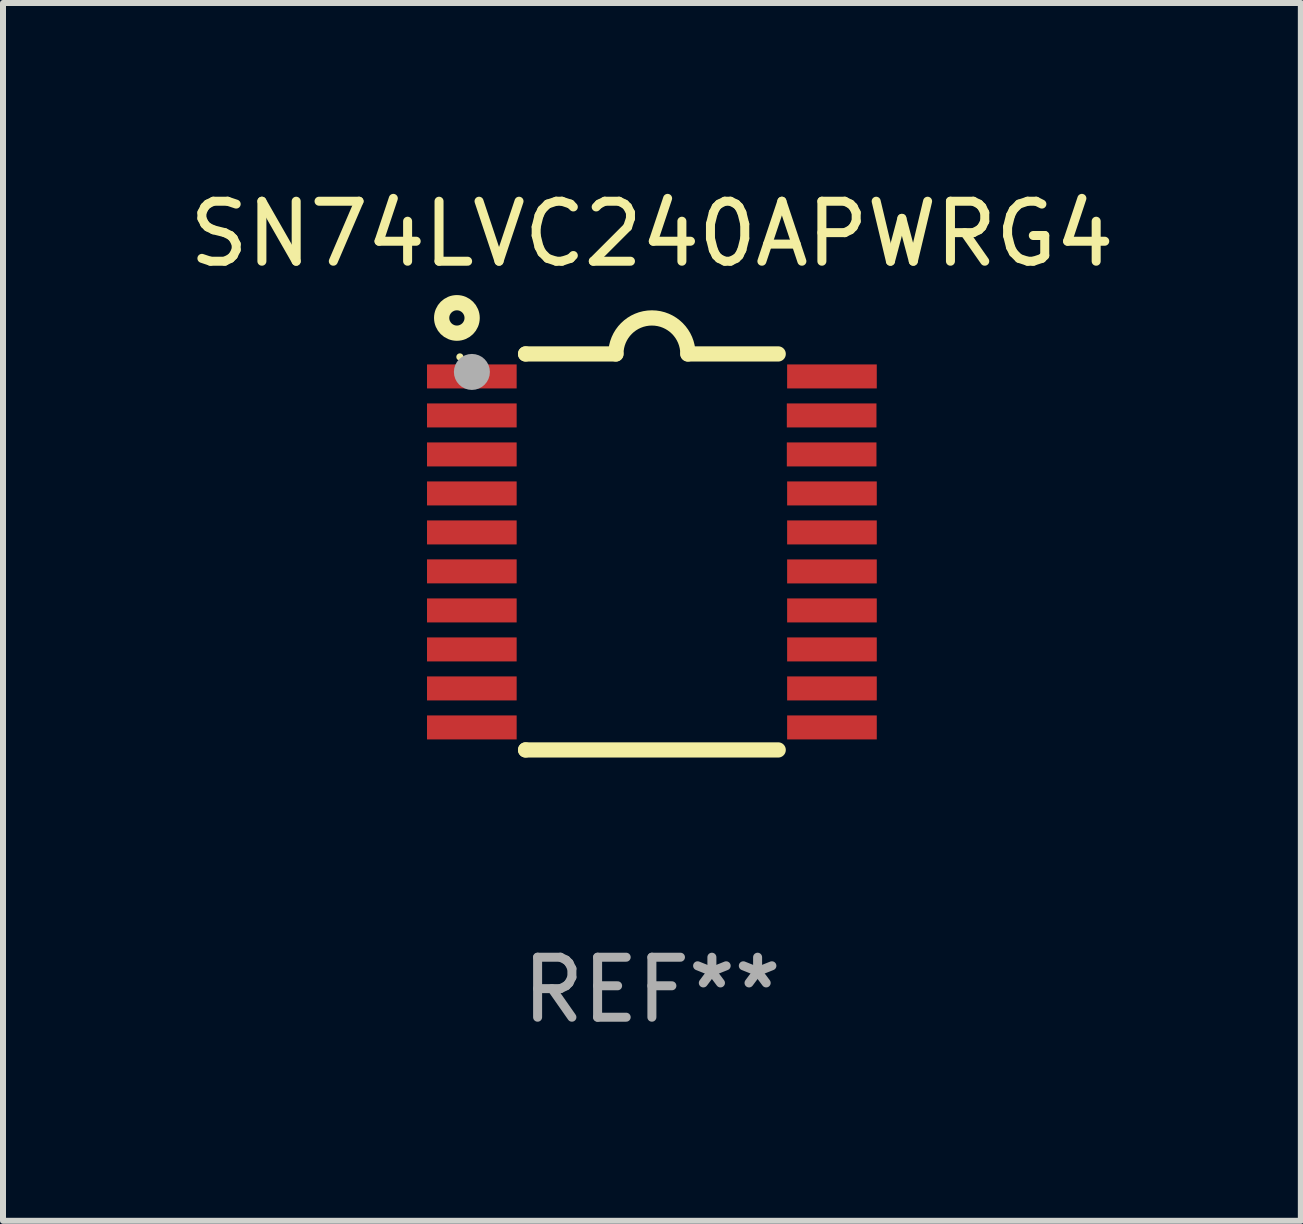
<source format=kicad_pcb>
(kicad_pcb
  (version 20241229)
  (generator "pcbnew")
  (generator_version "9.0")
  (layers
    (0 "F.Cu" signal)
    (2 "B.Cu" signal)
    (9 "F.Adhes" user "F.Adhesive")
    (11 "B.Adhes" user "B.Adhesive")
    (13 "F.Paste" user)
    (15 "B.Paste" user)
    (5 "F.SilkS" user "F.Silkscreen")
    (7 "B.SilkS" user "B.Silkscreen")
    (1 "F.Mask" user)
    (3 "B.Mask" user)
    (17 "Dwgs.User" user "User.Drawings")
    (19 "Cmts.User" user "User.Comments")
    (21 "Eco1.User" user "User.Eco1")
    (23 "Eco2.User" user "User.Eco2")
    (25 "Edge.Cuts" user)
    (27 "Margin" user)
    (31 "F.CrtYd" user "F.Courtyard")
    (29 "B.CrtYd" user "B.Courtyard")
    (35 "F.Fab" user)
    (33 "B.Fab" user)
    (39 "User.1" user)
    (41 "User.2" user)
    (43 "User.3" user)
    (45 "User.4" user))
  (footprint "SN74LVC240APWRG4"
    (layer "F.Cu")
    (at 7.815 6.149)
    (property "Reference" "SN74LVC240APWRG4" (at 0 -5.3 0) (layer "F.SilkS") (effects (font (size 1 1) (thickness 0.15))))
    (attr through_hole)
    (fp_line (start -2.105 -3.3) (end -2.105 -3.3) (stroke (width 0.254) (type solid)) (layer "F.SilkS"))
    (fp_line (start -2.105 -3.3) (end -0.6 -3.3) (stroke (width 0.254) (type solid)) (layer "F.SilkS"))
    (fp_line (start -2.105 3.3) (end -2.105 3.3) (stroke (width 0.254) (type solid)) (layer "F.SilkS"))
    (fp_line (start 0.6 -3.3) (end 2.105 -3.3) (stroke (width 0.254) (type solid)) (layer "F.SilkS"))
    (fp_line (start 2.105 3.3) (end -2.105 3.3) (stroke (width 0.254) (type solid)) (layer "F.SilkS"))
    (fp_arc (start -0.599924 -3.300026) (mid 0.000114 -3.897415) (end 0.600152 -3.300025) (stroke (width 0.254001) (type solid)) (layer "F.SilkS"))
    (fp_circle (center -3.25 -3.9) (end -2.996 -3.9) (stroke (width 0.254) (type solid)) (fill no) (layer "F.SilkS"))
    (fp_circle (center -3.2 -3.25) (end -3.17 -3.25) (stroke (width 0.06) (type solid)) (fill no) (layer "F.SilkS"))
    (fp_circle (center -3 -3) (end -2.85 -3) (stroke (width 0.3) (type solid)) (fill no) (layer "F.Fab"))
    (fp_text user "REF**" (at 0 7.3 0) (layer "F.Fab") (effects (font (size 1 1) (thickness 0.15))))
    (pad "1" smd rect (at -3.001 -2.925 270) (size 0.4 1.494) (layers "F.Cu" "F.Mask" "F.Paste"))
    (pad "2" smd rect (at -3.001 -2.275 270) (size 0.4 1.494) (layers "F.Cu" "F.Mask" "F.Paste"))
    (pad "3" smd rect (at -3.001 -1.625 270) (size 0.4 1.494) (layers "F.Cu" "F.Mask" "F.Paste"))
    (pad "4" smd rect (at -3.001 -0.975 270) (size 0.4 1.494) (layers "F.Cu" "F.Mask" "F.Paste"))
    (pad "5" smd rect (at -3.001 -0.325 270) (size 0.4 1.494) (layers "F.Cu" "F.Mask" "F.Paste"))
    (pad "6" smd rect (at -3.001 0.324 270) (size 0.4 1.494) (layers "F.Cu" "F.Mask" "F.Paste"))
    (pad "7" smd rect (at -3.001 0.975 270) (size 0.4 1.494) (layers "F.Cu" "F.Mask" "F.Paste"))
    (pad "8" smd rect (at -3.001 1.625 270) (size 0.4 1.494) (layers "F.Cu" "F.Mask" "F.Paste"))
    (pad "9" smd rect (at -3.001 2.275 270) (size 0.4 1.494) (layers "F.Cu" "F.Mask" "F.Paste"))
    (pad "10" smd rect (at -3.001 2.925 270) (size 0.4 1.494) (layers "F.Cu" "F.Mask" "F.Paste"))
    (pad "11" smd rect (at 3.001 2.925 270) (size 0.4 1.494) (layers "F.Cu" "F.Mask" "F.Paste"))
    (pad "12" smd rect (at 3.001 2.275 270) (size 0.4 1.494) (layers "F.Cu" "F.Mask" "F.Paste"))
    (pad "13" smd rect (at 3.001 1.625 270) (size 0.4 1.494) (layers "F.Cu" "F.Mask" "F.Paste"))
    (pad "14" smd rect (at 3.001 0.975 270) (size 0.4 1.494) (layers "F.Cu" "F.Mask" "F.Paste"))
    (pad "15" smd rect (at 3.001 0.325 270) (size 0.4 1.494) (layers "F.Cu" "F.Mask" "F.Paste"))
    (pad "16" smd rect (at 3.001 -0.325 270) (size 0.4 1.494) (layers "F.Cu" "F.Mask" "F.Paste"))
    (pad "17" smd rect (at 3.001 -0.975 270) (size 0.4 1.494) (layers "F.Cu" "F.Mask" "F.Paste"))
    (pad "18" smd rect (at 2.996 -1.625 270) (size 0.4 1.494) (layers "F.Cu" "F.Mask" "F.Paste"))
    (pad "19" smd rect (at 2.996 -2.275 270) (size 0.4 1.494) (layers "F.Cu" "F.Mask" "F.Paste"))
    (pad "20" smd rect (at 3.001 -2.925 270) (size 0.4 1.494) (layers "F.Cu" "F.Mask" "F.Paste")))
  (gr_rect
    (start -3 -3)
    (end 18.631 17.297)
    (stroke (width 0.1) (type default))
    (fill no)
    (layer "Edge.Cuts")))
</source>
